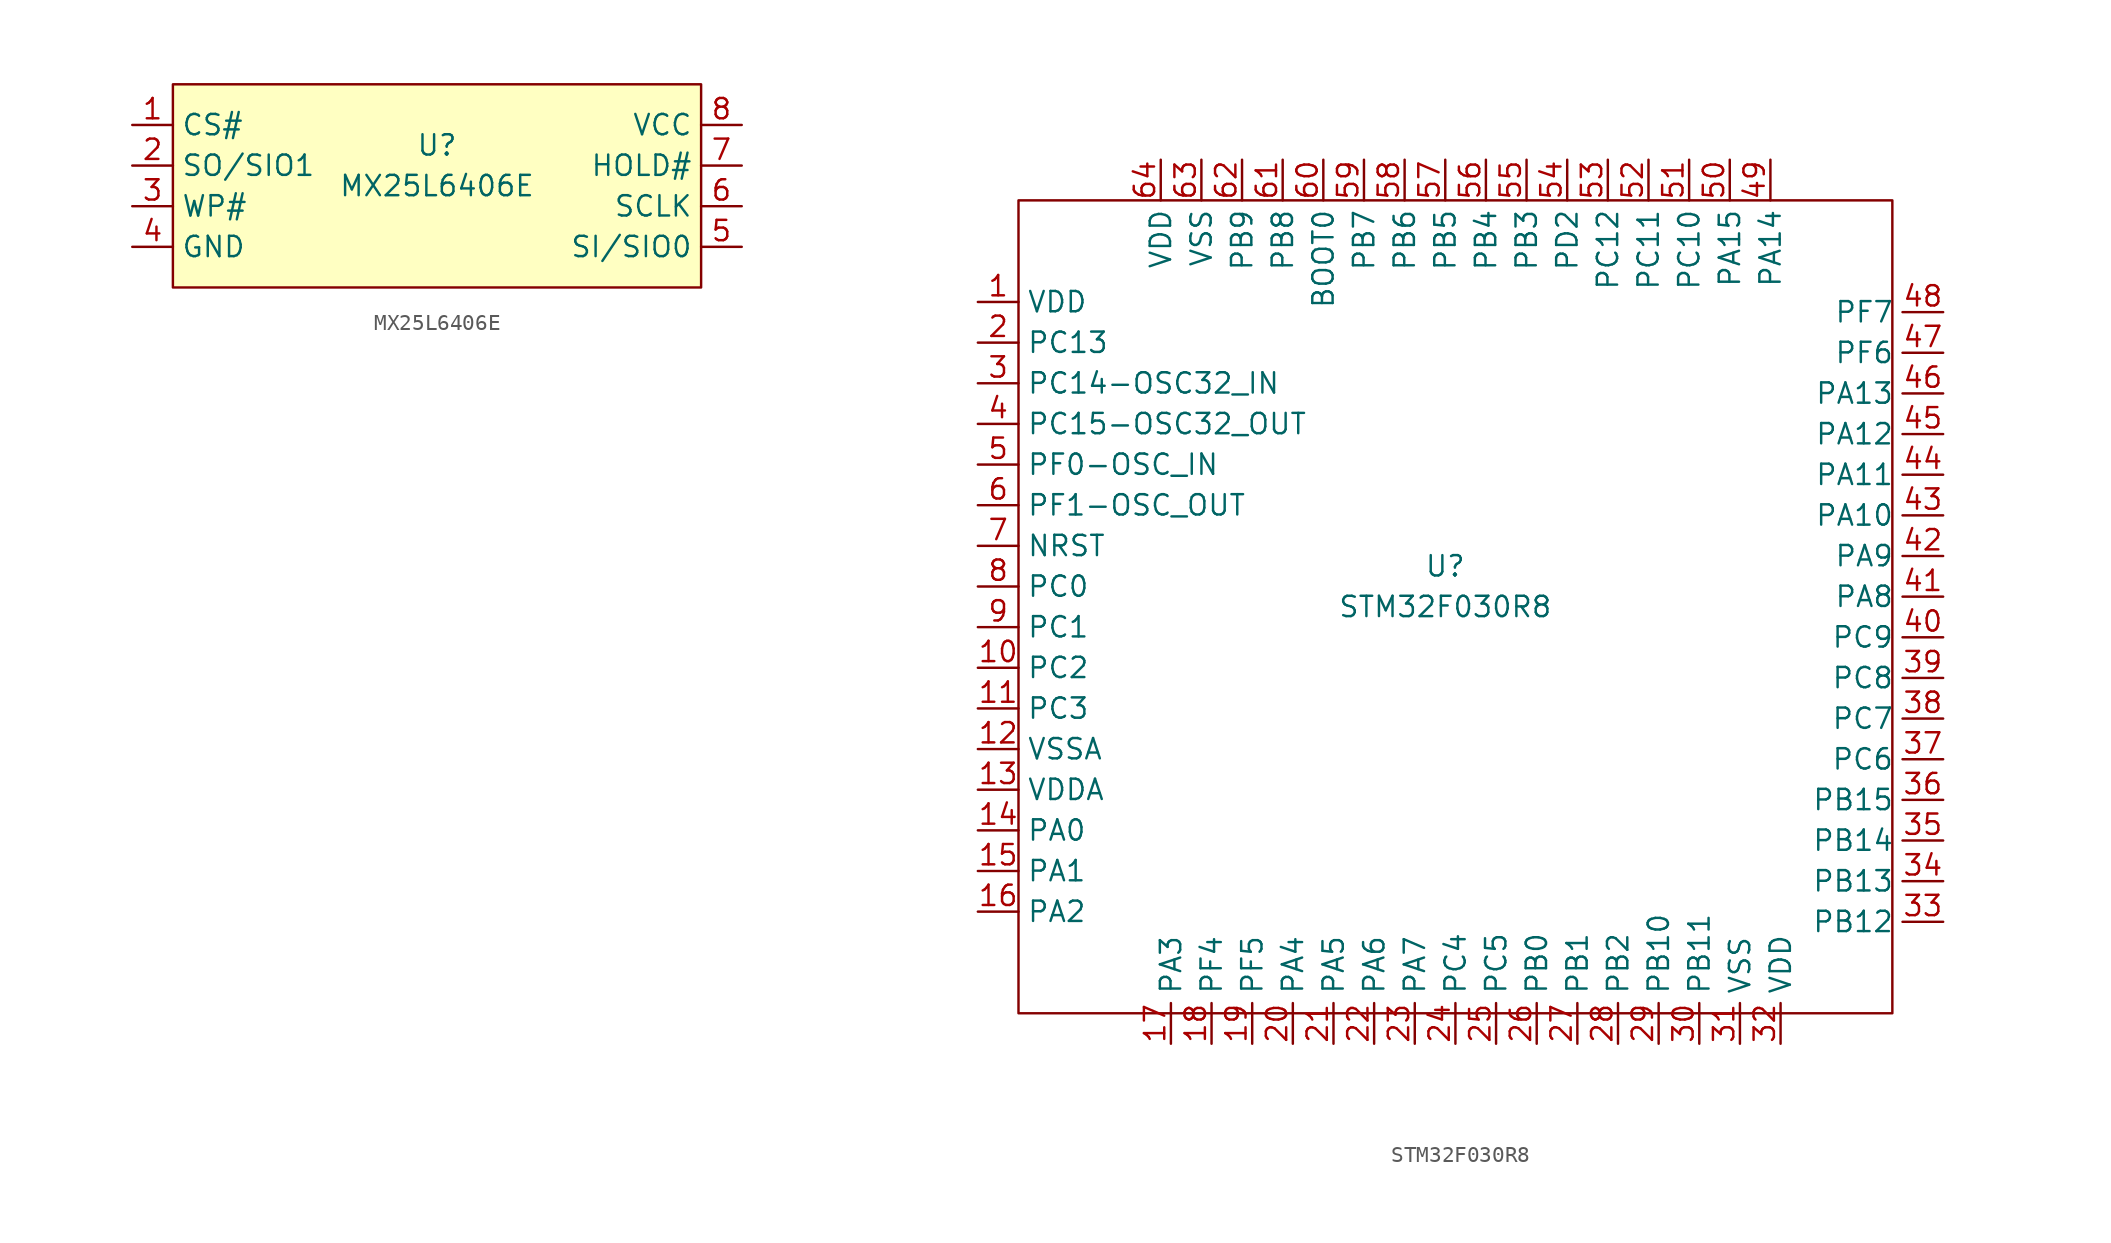
<source format=kicad_sym>
(kicad_symbol_lib
  (version 20211014)
  (generator kicad_symbol_editor)
  (symbol "MX25L6406E"
    (property "Reference" "U"
      (at 0 1.27 0)
      (effects (font (size 1.27 1.27))))
    (property "Value" "MX25L6406E"
      (at 0 -1.27 0)
      (effects (font (size 1.27 1.27))))
    (symbol "MX25L6406E_0_1"
      (rectangle (start -16.51 5.08) (end 16.51 -7.62) (stroke (width 0) (type default) (color 0 0 0 0)) (fill (type background))))
    (symbol "MX25L6406E_1_1"
      (pin input line (at -19.05 2.54 0) (length 2.54) (name "CS#" (effects (font (size 1.27 1.27)))) (number "1" (effects (font (size 1.27 1.27)))))
      (pin input line (at -19.05 0 0) (length 2.54) (name "SO/SIO1" (effects (font (size 1.27 1.27)))) (number "2" (effects (font (size 1.27 1.27)))))
      (pin input line (at -19.05 -2.54 0) (length 2.54) (name "WP#" (effects (font (size 1.27 1.27)))) (number "3" (effects (font (size 1.27 1.27)))))
      (pin input line (at -19.05 -5.08 0) (length 2.54) (name "GND" (effects (font (size 1.27 1.27)))) (number "4" (effects (font (size 1.27 1.27)))))
      (pin input line (at 19.05 -5.08 180) (length 2.54) (name "SI/SIO0" (effects (font (size 1.27 1.27)))) (number "5" (effects (font (size 1.27 1.27)))))
      (pin input line (at 19.05 -2.54 180) (length 2.54) (name "SCLK" (effects (font (size 1.27 1.27)))) (number "6" (effects (font (size 1.27 1.27)))))
      (pin input line (at 19.05 0 180) (length 2.54) (name "HOLD#" (effects (font (size 1.27 1.27)))) (number "7" (effects (font (size 1.27 1.27)))))
      (pin input line (at 19.05 2.54 180) (length 2.54) (name "VCC" (effects (font (size 1.27 1.27)))) (number "8" (effects (font (size 1.27 1.27)))))))
  (symbol "STM32F030R8"
    (property "Reference" "U"
      (at 0 0 0)
      (effects (font (size 1.27 1.27))))
    (property "Value" "STM32F030R8"
      (at 0 -2.54 0)
      (effects (font (size 1.27 1.27))))
    (symbol "STM32F030R8_0_1"
      (rectangle (start -26.67 22.86) (end 27.94 -27.94) (stroke (width 0) (type default) (color 0 0 0 0)) (fill (type none))))
    (symbol "STM32F030R8_1_1"
      (pin input line (at -29.21 16.51 0) (length 2.54) (name "VDD" (effects (font (size 1.27 1.27)))) (number "1" (effects (font (size 1.27 1.27)))))
      (pin input line (at -29.21 -6.35 0) (length 2.54) (name "PC2" (effects (font (size 1.27 1.27)))) (number "10" (effects (font (size 1.27 1.27)))))
      (pin input line (at -29.21 -8.89 0) (length 2.54) (name "PC3" (effects (font (size 1.27 1.27)))) (number "11" (effects (font (size 1.27 1.27)))))
      (pin input line (at -29.21 -11.43 0) (length 2.54) (name "VSSA" (effects (font (size 1.27 1.27)))) (number "12" (effects (font (size 1.27 1.27)))))
      (pin input line (at -29.21 -13.97 0) (length 2.54) (name "VDDA" (effects (font (size 1.27 1.27)))) (number "13" (effects (font (size 1.27 1.27)))))
      (pin input line (at -29.21 -16.51 0) (length 2.54) (name "PA0" (effects (font (size 1.27 1.27)))) (number "14" (effects (font (size 1.27 1.27)))))
      (pin input line (at -29.21 -19.05 0) (length 2.54) (name "PA1" (effects (font (size 1.27 1.27)))) (number "15" (effects (font (size 1.27 1.27)))))
      (pin input line (at -29.21 -21.59 0) (length 2.54) (name "PA2" (effects (font (size 1.27 1.27)))) (number "16" (effects (font (size 1.27 1.27)))))
      (pin input line (at -17.145 -29.845 90) (length 2.54) (name "PA3" (effects (font (size 1.27 1.27)))) (number "17" (effects (font (size 1.27 1.27)))))
      (pin input line (at -14.605 -29.845 90) (length 2.54) (name "PF4" (effects (font (size 1.27 1.27)))) (number "18" (effects (font (size 1.27 1.27)))))
      (pin input line (at -12.065 -29.845 90) (length 2.54) (name "PF5" (effects (font (size 1.27 1.27)))) (number "19" (effects (font (size 1.27 1.27)))))
      (pin input line (at -29.21 13.97 0) (length 2.54) (name "PC13" (effects (font (size 1.27 1.27)))) (number "2" (effects (font (size 1.27 1.27)))))
      (pin input line (at -9.525 -29.845 90) (length 2.54) (name "PA4" (effects (font (size 1.27 1.27)))) (number "20" (effects (font (size 1.27 1.27)))))
      (pin input line (at -6.985 -29.845 90) (length 2.54) (name "PA5" (effects (font (size 1.27 1.27)))) (number "21" (effects (font (size 1.27 1.27)))))
      (pin input line (at -4.445 -29.845 90) (length 2.54) (name "PA6" (effects (font (size 1.27 1.27)))) (number "22" (effects (font (size 1.27 1.27)))))
      (pin input line (at -1.905 -29.845 90) (length 2.54) (name "PA7" (effects (font (size 1.27 1.27)))) (number "23" (effects (font (size 1.27 1.27)))))
      (pin input line (at 0.635 -29.845 90) (length 2.54) (name "PC4" (effects (font (size 1.27 1.27)))) (number "24" (effects (font (size 1.27 1.27)))))
      (pin input line (at 3.175 -29.845 90) (length 2.54) (name "PC5" (effects (font (size 1.27 1.27)))) (number "25" (effects (font (size 1.27 1.27)))))
      (pin input line (at 5.715 -29.845 90) (length 2.54) (name "PB0" (effects (font (size 1.27 1.27)))) (number "26" (effects (font (size 1.27 1.27)))))
      (pin input line (at 8.255 -29.845 90) (length 2.54) (name "PB1" (effects (font (size 1.27 1.27)))) (number "27" (effects (font (size 1.27 1.27)))))
      (pin input line (at 10.795 -29.845 90) (length 2.54) (name "PB2" (effects (font (size 1.27 1.27)))) (number "28" (effects (font (size 1.27 1.27)))))
      (pin input line (at 13.335 -29.845 90) (length 2.54) (name "PB10" (effects (font (size 1.27 1.27)))) (number "29" (effects (font (size 1.27 1.27)))))
      (pin input line (at -29.21 11.43 0) (length 2.54) (name "PC14-OSC32_IN" (effects (font (size 1.27 1.27)))) (number "3" (effects (font (size 1.27 1.27)))))
      (pin input line (at 15.875 -29.845 90) (length 2.54) (name "PB11" (effects (font (size 1.27 1.27)))) (number "30" (effects (font (size 1.27 1.27)))))
      (pin input line (at 18.415 -29.845 90) (length 2.54) (name "VSS" (effects (font (size 1.27 1.27)))) (number "31" (effects (font (size 1.27 1.27)))))
      (pin input line (at 20.955 -29.845 90) (length 2.54) (name "VDD" (effects (font (size 1.27 1.27)))) (number "32" (effects (font (size 1.27 1.27)))))
      (pin input line (at 31.115 -22.225 180) (length 2.54) (name "PB12" (effects (font (size 1.27 1.27)))) (number "33" (effects (font (size 1.27 1.27)))))
      (pin input line (at 31.115 -19.685 180) (length 2.54) (name "PB13" (effects (font (size 1.27 1.27)))) (number "34" (effects (font (size 1.27 1.27)))))
      (pin input line (at 31.115 -17.145 180) (length 2.54) (name "PB14" (effects (font (size 1.27 1.27)))) (number "35" (effects (font (size 1.27 1.27)))))
      (pin input line (at 31.115 -14.605 180) (length 2.54) (name "PB15" (effects (font (size 1.27 1.27)))) (number "36" (effects (font (size 1.27 1.27)))))
      (pin input line (at 31.115 -12.065 180) (length 2.54) (name "PC6" (effects (font (size 1.27 1.27)))) (number "37" (effects (font (size 1.27 1.27)))))
      (pin input line (at 31.115 -9.525 180) (length 2.54) (name "PC7" (effects (font (size 1.27 1.27)))) (number "38" (effects (font (size 1.27 1.27)))))
      (pin input line (at 31.115 -6.985 180) (length 2.54) (name "PC8" (effects (font (size 1.27 1.27)))) (number "39" (effects (font (size 1.27 1.27)))))
      (pin input line (at -29.21 8.89 0) (length 2.54) (name "PC15-OSC32_OUT" (effects (font (size 1.27 1.27)))) (number "4" (effects (font (size 1.27 1.27)))))
      (pin input line (at 31.115 -4.445 180) (length 2.54) (name "PC9" (effects (font (size 1.27 1.27)))) (number "40" (effects (font (size 1.27 1.27)))))
      (pin input line (at 31.115 -1.905 180) (length 2.54) (name "PA8" (effects (font (size 1.27 1.27)))) (number "41" (effects (font (size 1.27 1.27)))))
      (pin input line (at 31.115 0.635 180) (length 2.54) (name "PA9" (effects (font (size 1.27 1.27)))) (number "42" (effects (font (size 1.27 1.27)))))
      (pin input line (at 31.115 3.175 180) (length 2.54) (name "PA10" (effects (font (size 1.27 1.27)))) (number "43" (effects (font (size 1.27 1.27)))))
      (pin input line (at 31.115 5.715 180) (length 2.54) (name "PA11" (effects (font (size 1.27 1.27)))) (number "44" (effects (font (size 1.27 1.27)))))
      (pin input line (at 31.115 8.255 180) (length 2.54) (name "PA12" (effects (font (size 1.27 1.27)))) (number "45" (effects (font (size 1.27 1.27)))))
      (pin input line (at 31.115 10.795 180) (length 2.54) (name "PA13" (effects (font (size 1.27 1.27)))) (number "46" (effects (font (size 1.27 1.27)))))
      (pin input line (at 31.115 13.335 180) (length 2.54) (name "PF6" (effects (font (size 1.27 1.27)))) (number "47" (effects (font (size 1.27 1.27)))))
      (pin input line (at 31.115 15.875 180) (length 2.54) (name "PF7" (effects (font (size 1.27 1.27)))) (number "48" (effects (font (size 1.27 1.27)))))
      (pin input line (at 20.32 25.4 270) (length 2.54) (name "PA14" (effects (font (size 1.27 1.27)))) (number "49" (effects (font (size 1.27 1.27)))))
      (pin input line (at -29.21 6.35 0) (length 2.54) (name "PF0-OSC_IN" (effects (font (size 1.27 1.27)))) (number "5" (effects (font (size 1.27 1.27)))))
      (pin input line (at 17.78 25.4 270) (length 2.54) (name "PA15" (effects (font (size 1.27 1.27)))) (number "50" (effects (font (size 1.27 1.27)))))
      (pin input line (at 15.24 25.4 270) (length 2.54) (name "PC10" (effects (font (size 1.27 1.27)))) (number "51" (effects (font (size 1.27 1.27)))))
      (pin input line (at 12.7 25.4 270) (length 2.54) (name "PC11" (effects (font (size 1.27 1.27)))) (number "52" (effects (font (size 1.27 1.27)))))
      (pin input line (at 10.16 25.4 270) (length 2.54) (name "PC12" (effects (font (size 1.27 1.27)))) (number "53" (effects (font (size 1.27 1.27)))))
      (pin input line (at 7.62 25.4 270) (length 2.54) (name "PD2" (effects (font (size 1.27 1.27)))) (number "54" (effects (font (size 1.27 1.27)))))
      (pin input line (at 5.08 25.4 270) (length 2.54) (name "PB3" (effects (font (size 1.27 1.27)))) (number "55" (effects (font (size 1.27 1.27)))))
      (pin input line (at 2.54 25.4 270) (length 2.54) (name "PB4" (effects (font (size 1.27 1.27)))) (number "56" (effects (font (size 1.27 1.27)))))
      (pin input line (at 0 25.4 270) (length 2.54) (name "PB5" (effects (font (size 1.27 1.27)))) (number "57" (effects (font (size 1.27 1.27)))))
      (pin input line (at -2.54 25.4 270) (length 2.54) (name "PB6" (effects (font (size 1.27 1.27)))) (number "58" (effects (font (size 1.27 1.27)))))
      (pin input line (at -5.08 25.4 270) (length 2.54) (name "PB7" (effects (font (size 1.27 1.27)))) (number "59" (effects (font (size 1.27 1.27)))))
      (pin input line (at -29.21 3.81 0) (length 2.54) (name "PF1-OSC_OUT" (effects (font (size 1.27 1.27)))) (number "6" (effects (font (size 1.27 1.27)))))
      (pin input line (at -7.62 25.4 270) (length 2.54) (name "BOOT0" (effects (font (size 1.27 1.27)))) (number "60" (effects (font (size 1.27 1.27)))))
      (pin input line (at -10.16 25.4 270) (length 2.54) (name "PB8" (effects (font (size 1.27 1.27)))) (number "61" (effects (font (size 1.27 1.27)))))
      (pin input line (at -12.7 25.4 270) (length 2.54) (name "PB9" (effects (font (size 1.27 1.27)))) (number "62" (effects (font (size 1.27 1.27)))))
      (pin input line (at -15.24 25.4 270) (length 2.54) (name "VSS" (effects (font (size 1.27 1.27)))) (number "63" (effects (font (size 1.27 1.27)))))
      (pin input line (at -17.78 25.4 270) (length 2.54) (name "VDD" (effects (font (size 1.27 1.27)))) (number "64" (effects (font (size 1.27 1.27)))))
      (pin input line (at -29.21 1.27 0) (length 2.54) (name "NRST" (effects (font (size 1.27 1.27)))) (number "7" (effects (font (size 1.27 1.27)))))
      (pin input line (at -29.21 -1.27 0) (length 2.54) (name "PC0" (effects (font (size 1.27 1.27)))) (number "8" (effects (font (size 1.27 1.27)))))
      (pin input line (at -29.21 -3.81 0) (length 2.54) (name "PC1" (effects (font (size 1.27 1.27)))) (number "9" (effects (font (size 1.27 1.27))))))))
</source>
